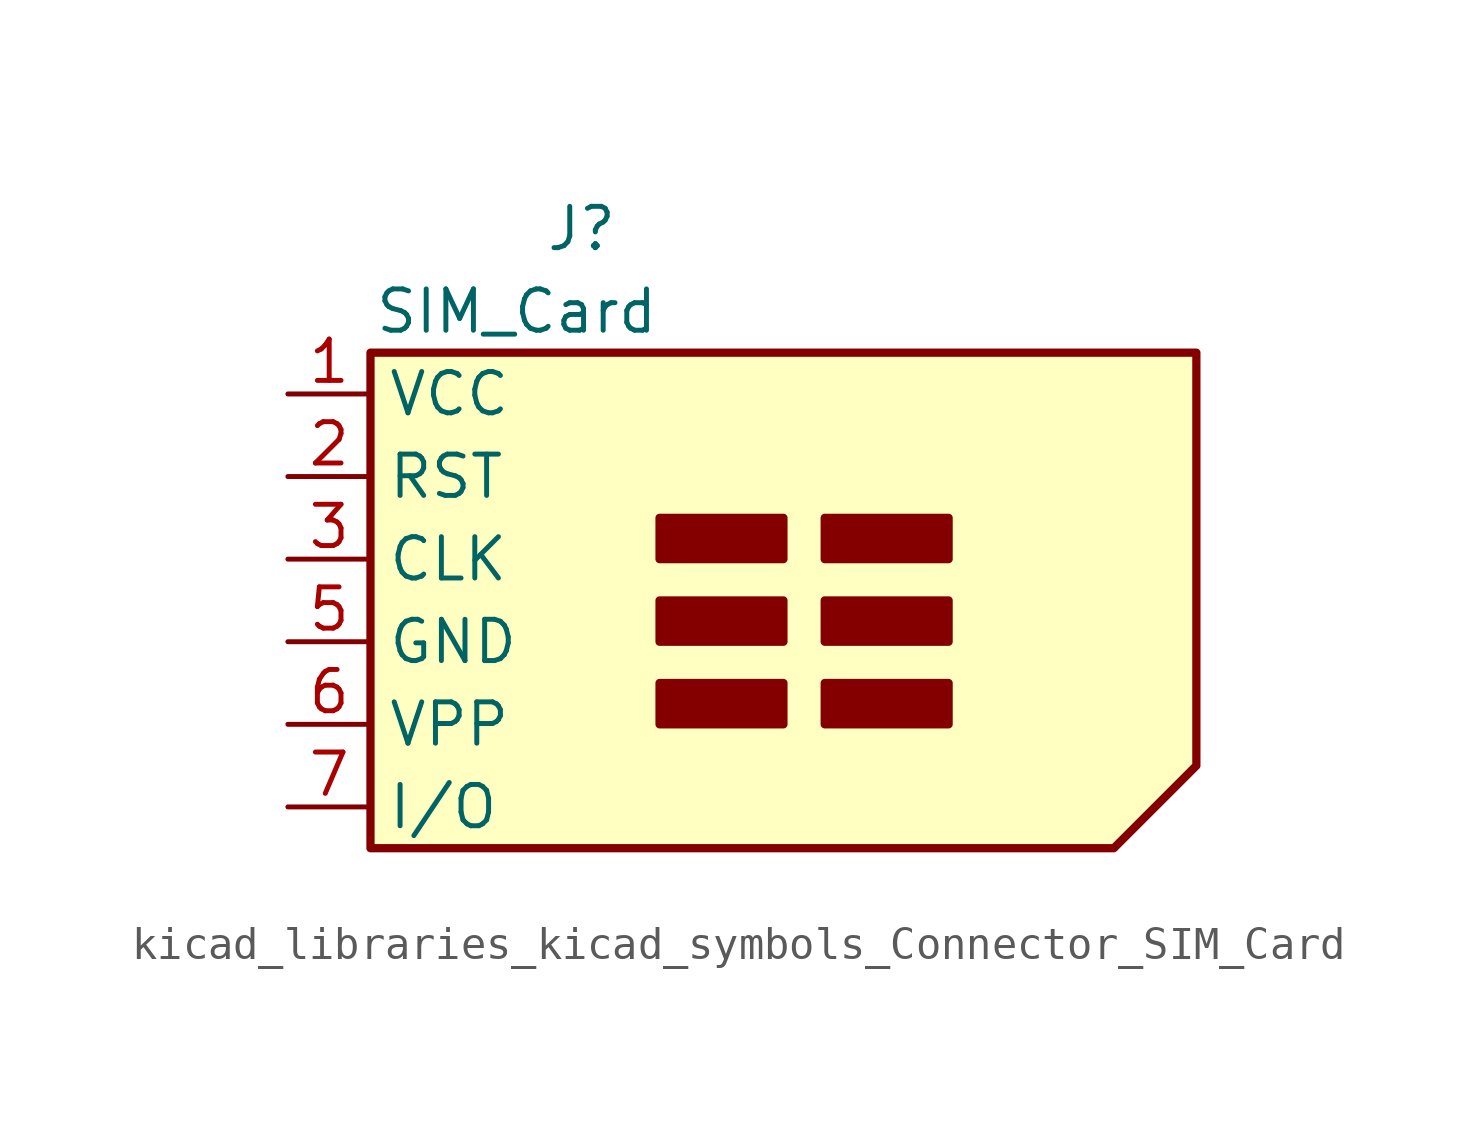
<source format=kicad_sym>
(kicad_symbol_lib
  (version 20220914)
  (generator kicad_symbol_editor)
  (symbol "kicad_libraries_kicad_symbols_Connector_SIM_Card"
    (property "Reference" "J"
      (at -2.54 12.7 0)
      (effects (font (size 1.27 1.27)) (justify right)))
    (property "Value" "SIM_Card"
      (at -1.27 10.16 0)
      (effects (font (size 1.27 1.27)) (justify right)))
    (symbol "kicad_libraries_kicad_symbols_Connector_SIM_Card_0_1"
      (rectangle (start -1.27 -2.54) (end 2.54 -1.27) (stroke (width 0.254) (type default)) (fill (type outline)))
      (rectangle (start -1.27 0) (end 2.54 1.27) (stroke (width 0.254) (type default)) (fill (type outline)))
      (rectangle (start -1.27 2.54) (end 2.54 3.81) (stroke (width 0.254) (type default)) (fill (type outline)))
      (polyline (pts (xy -10.16 8.89) (xy 15.24 8.89) (xy 15.24 -3.81) (xy 12.7 -6.35) (xy -10.16 -6.35) (xy -10.16 8.89)) (stroke (width 0.254) (type default)) (fill (type background)))
      (rectangle (start 3.81 -1.27) (end 7.62 -2.54) (stroke (width 0.254) (type default)) (fill (type outline)))
      (rectangle (start 3.81 0) (end 7.62 1.27) (stroke (width 0.254) (type default)) (fill (type outline)))
      (rectangle (start 3.81 2.54) (end 7.62 3.81) (stroke (width 0.254) (type default)) (fill (type outline))))
    (symbol "kicad_libraries_kicad_symbols_Connector_SIM_Card_1_1"
      (pin power_in line (at -12.7 7.62 0) (length 2.54) (name "VCC" (effects (font (size 1.27 1.27)))) (number "1" (effects (font (size 1.27 1.27)))))
      (pin input line (at -12.7 5.08 0) (length 2.54) (name "RST" (effects (font (size 1.27 1.27)))) (number "2" (effects (font (size 1.27 1.27)))))
      (pin input line (at -12.7 2.54 0) (length 2.54) (name "CLK" (effects (font (size 1.27 1.27)))) (number "3" (effects (font (size 1.27 1.27)))))
      (pin power_in line (at -12.7 0 0) (length 2.54) (name "GND" (effects (font (size 1.27 1.27)))) (number "5" (effects (font (size 1.27 1.27)))))
      (pin input line (at -12.7 -2.54 0) (length 2.54) (name "VPP" (effects (font (size 1.27 1.27)))) (number "6" (effects (font (size 1.27 1.27)))))
      (pin bidirectional line (at -12.7 -5.08 0) (length 2.54) (name "I/O" (effects (font (size 1.27 1.27)))) (number "7" (effects (font (size 1.27 1.27))))))))
</source>
